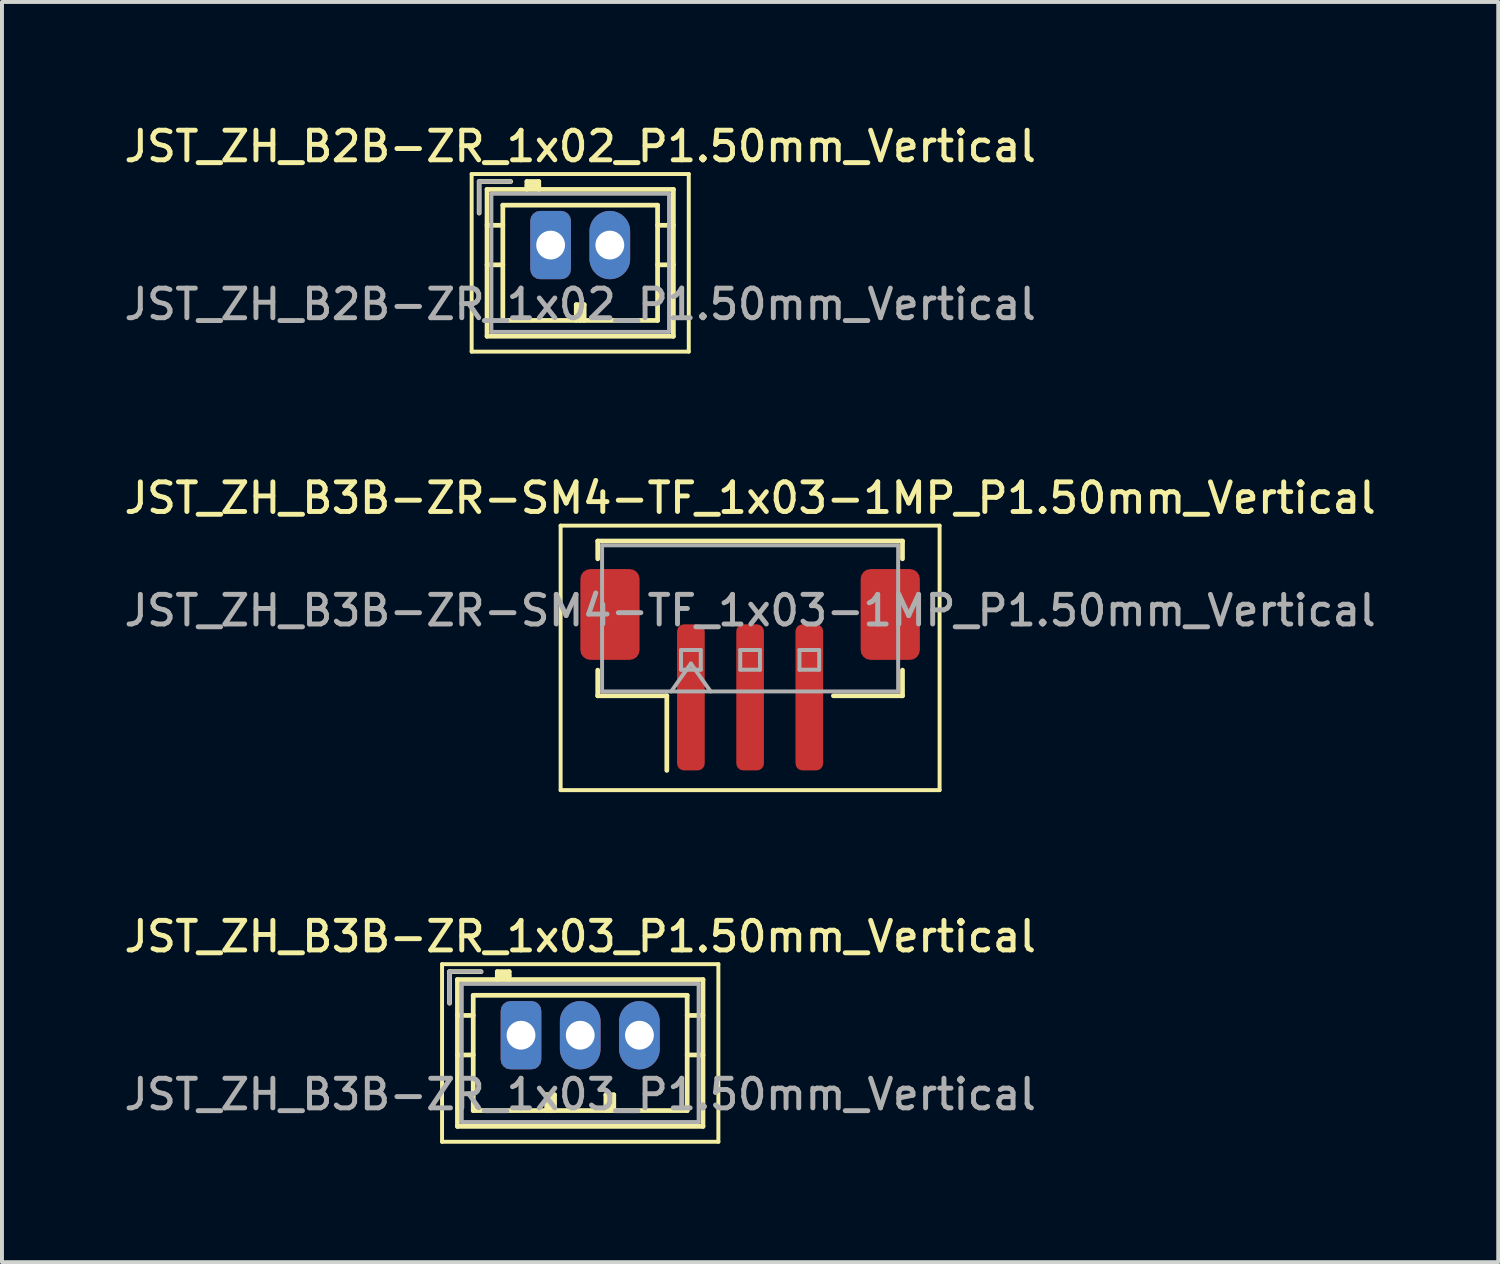
<source format=kicad_pcb>
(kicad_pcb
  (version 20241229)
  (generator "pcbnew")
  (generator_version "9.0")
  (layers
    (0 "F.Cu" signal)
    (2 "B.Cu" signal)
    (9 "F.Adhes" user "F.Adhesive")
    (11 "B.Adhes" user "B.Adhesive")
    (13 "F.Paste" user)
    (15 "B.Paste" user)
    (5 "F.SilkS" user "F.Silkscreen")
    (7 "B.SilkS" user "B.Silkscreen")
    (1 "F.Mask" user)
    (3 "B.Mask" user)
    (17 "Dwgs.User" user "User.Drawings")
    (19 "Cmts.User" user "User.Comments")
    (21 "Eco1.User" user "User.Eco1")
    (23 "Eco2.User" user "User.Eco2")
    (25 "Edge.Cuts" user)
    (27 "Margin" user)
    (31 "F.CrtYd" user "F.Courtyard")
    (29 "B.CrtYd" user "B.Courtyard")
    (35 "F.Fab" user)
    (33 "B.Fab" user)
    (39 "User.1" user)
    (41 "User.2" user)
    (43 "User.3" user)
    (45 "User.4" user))
  (footprint "JST_ZH_B3B-ZR-SM4-TF_1x03-1MP_P1.50mm_Vertical"
    (layer "F.Cu")
    (at 15.952 13.916)
    (property "Reference" "JST_ZH_B3B-ZR-SM4-TF_1x03-1MP_P1.50mm_Vertical" (at 0 -4.35 0) (layer "F.SilkS") (effects (font (size 0.75 0.75) (thickness 0.125))))
    (attr smd)
    (fp_line (start -4.8 -3.65) (end -4.8 3.05) (stroke (width 0.1) (type solid)) (layer "F.SilkS"))
    (fp_line (start -4.8 3.05) (end 4.8 3.05) (stroke (width 0.1) (type solid)) (layer "F.SilkS"))
    (fp_line (start -3.86 -3.26) (end 3.86 -3.26) (stroke (width 0.12) (type solid)) (layer "F.SilkS"))
    (fp_line (start -3.86 -2.81) (end -3.86 -3.26) (stroke (width 0.12) (type solid)) (layer "F.SilkS"))
    (fp_line (start -3.86 0.01) (end -3.86 0.66) (stroke (width 0.12) (type solid)) (layer "F.SilkS"))
    (fp_line (start -3.86 0.66) (end -2.11 0.66) (stroke (width 0.12) (type solid)) (layer "F.SilkS"))
    (fp_line (start -2.11 0.66) (end -2.11 2.55) (stroke (width 0.12) (type solid)) (layer "F.SilkS"))
    (fp_line (start 3.86 -3.26) (end 3.86 -2.81) (stroke (width 0.12) (type solid)) (layer "F.SilkS"))
    (fp_line (start 3.86 0.01) (end 3.86 0.66) (stroke (width 0.12) (type solid)) (layer "F.SilkS"))
    (fp_line (start 3.86 0.66) (end 2.11 0.66) (stroke (width 0.12) (type solid)) (layer "F.SilkS"))
    (fp_line (start 4.8 -3.65) (end -4.8 -3.65) (stroke (width 0.1) (type solid)) (layer "F.SilkS"))
    (fp_line (start 4.8 3.05) (end 4.8 -3.65) (stroke (width 0.1) (type solid)) (layer "F.SilkS"))
    (fp_line (start -3.75 -3.15) (end 3.75 -3.15) (stroke (width 0.1) (type solid)) (layer "F.Fab"))
    (fp_line (start -3.75 0.55) (end -3.75 -3.15) (stroke (width 0.1) (type solid)) (layer "F.Fab"))
    (fp_line (start -3.75 0.55) (end 3.75 0.55) (stroke (width 0.1) (type solid)) (layer "F.Fab"))
    (fp_line (start -2 0.55) (end -1.5 -0.157) (stroke (width 0.1) (type solid)) (layer "F.Fab"))
    (fp_line (start -1.75 -0.5) (end -1.75 0) (stroke (width 0.1) (type solid)) (layer "F.Fab"))
    (fp_line (start -1.75 0) (end -1.25 0) (stroke (width 0.1) (type solid)) (layer "F.Fab"))
    (fp_line (start -1.5 -0.157) (end -1 0.55) (stroke (width 0.1) (type solid)) (layer "F.Fab"))
    (fp_line (start -1.25 -0.5) (end -1.75 -0.5) (stroke (width 0.1) (type solid)) (layer "F.Fab"))
    (fp_line (start -1.25 0) (end -1.25 -0.5) (stroke (width 0.1) (type solid)) (layer "F.Fab"))
    (fp_line (start -0.25 -0.5) (end -0.25 0) (stroke (width 0.1) (type solid)) (layer "F.Fab"))
    (fp_line (start -0.25 0) (end 0.25 0) (stroke (width 0.1) (type solid)) (layer "F.Fab"))
    (fp_line (start 0.25 -0.5) (end -0.25 -0.5) (stroke (width 0.1) (type solid)) (layer "F.Fab"))
    (fp_line (start 0.25 0) (end 0.25 -0.5) (stroke (width 0.1) (type solid)) (layer "F.Fab"))
    (fp_line (start 1.25 -0.5) (end 1.25 0) (stroke (width 0.1) (type solid)) (layer "F.Fab"))
    (fp_line (start 1.25 0) (end 1.75 0) (stroke (width 0.1) (type solid)) (layer "F.Fab"))
    (fp_line (start 1.75 -0.5) (end 1.25 -0.5) (stroke (width 0.1) (type solid)) (layer "F.Fab"))
    (fp_line (start 1.75 0) (end 1.75 -0.5) (stroke (width 0.1) (type solid)) (layer "F.Fab"))
    (fp_line (start 3.75 0.55) (end 3.75 -3.15) (stroke (width 0.1) (type solid)) (layer "F.Fab"))
    (fp_text user "${REFERENCE}" (at 0 -1.5 0) (layer "F.Fab") (effects (font (size 0.75 0.75) (thickness 0.125))))
    (pad "1" smd roundrect (at -1.5 0.7) (size 0.7 3.7) (layers "F.Cu" "F.Mask" "F.Paste") (roundrect_rratio 0.25))
    (pad "2" smd roundrect (at 0 0.7) (size 0.7 3.7) (layers "F.Cu" "F.Mask" "F.Paste") (roundrect_rratio 0.25))
    (pad "3" smd roundrect (at 1.5 0.7) (size 0.7 3.7) (layers "F.Cu" "F.Mask" "F.Paste") (roundrect_rratio 0.25))
    (pad "MP" smd roundrect (at -3.55 -1.4) (size 1.5 2.3) (layers "F.Cu" "F.Mask" "F.Paste") (roundrect_rratio 0.167))
    (pad "MP" smd roundrect (at 3.55 -1.4) (size 1.5 2.3) (layers "F.Cu" "F.Mask" "F.Paste") (roundrect_rratio 0.167)))
  (footprint "JST_ZH_B3B-ZR_1x03_P1.50mm_Vertical"
    (layer "F.Cu")
    (at 10.148 23.174)
    (property "Reference" "JST_ZH_B3B-ZR_1x03_P1.50mm_Vertical" (at 1.5 -2.5 0) (layer "F.SilkS") (effects (font (size 0.75 0.75) (thickness 0.125))))
    (attr through_hole)
    (fp_line (start -2 -1.8) (end -2 2.7) (stroke (width 0.1) (type solid)) (layer "F.SilkS"))
    (fp_line (start -2 2.7) (end 5 2.7) (stroke (width 0.1) (type solid)) (layer "F.SilkS"))
    (fp_line (start -1.81 -1.61) (end -1.81 -0.81) (stroke (width 0.12) (type solid)) (layer "F.SilkS"))
    (fp_line (start -1.61 -1.41) (end -1.61 2.31) (stroke (width 0.12) (type solid)) (layer "F.SilkS"))
    (fp_line (start -1.61 -0.5) (end -1.21 -0.5) (stroke (width 0.12) (type solid)) (layer "F.SilkS"))
    (fp_line (start -1.61 0.5) (end -1.21 0.5) (stroke (width 0.12) (type solid)) (layer "F.SilkS"))
    (fp_line (start -1.61 2.31) (end 4.61 2.31) (stroke (width 0.12) (type solid)) (layer "F.SilkS"))
    (fp_line (start -1.21 -1.01) (end -1.21 1.91) (stroke (width 0.12) (type solid)) (layer "F.SilkS"))
    (fp_line (start -1.21 1.91) (end 4.21 1.91) (stroke (width 0.12) (type solid)) (layer "F.SilkS"))
    (fp_line (start -1.01 -1.61) (end -1.81 -1.61) (stroke (width 0.12) (type solid)) (layer "F.SilkS"))
    (fp_line (start -0.6 -1.61) (end -0.6 -1.41) (stroke (width 0.12) (type solid)) (layer "F.SilkS"))
    (fp_line (start -0.3 -1.61) (end -0.6 -1.61) (stroke (width 0.12) (type solid)) (layer "F.SilkS"))
    (fp_line (start -0.3 -1.51) (end -0.6 -1.51) (stroke (width 0.12) (type solid)) (layer "F.SilkS"))
    (fp_line (start -0.3 -1.41) (end -0.3 -1.61) (stroke (width 0.12) (type solid)) (layer "F.SilkS"))
    (fp_line (start 0.65 1.51) (end 0.85 1.51) (stroke (width 0.12) (type solid)) (layer "F.SilkS"))
    (fp_line (start 0.65 1.91) (end 0.65 1.51) (stroke (width 0.12) (type solid)) (layer "F.SilkS"))
    (fp_line (start 0.75 1.91) (end 0.75 1.51) (stroke (width 0.12) (type solid)) (layer "F.SilkS"))
    (fp_line (start 0.85 1.51) (end 0.85 1.91) (stroke (width 0.12) (type solid)) (layer "F.SilkS"))
    (fp_line (start 2.15 1.51) (end 2.35 1.51) (stroke (width 0.12) (type solid)) (layer "F.SilkS"))
    (fp_line (start 2.15 1.91) (end 2.15 1.51) (stroke (width 0.12) (type solid)) (layer "F.SilkS"))
    (fp_line (start 2.25 1.91) (end 2.25 1.51) (stroke (width 0.12) (type solid)) (layer "F.SilkS"))
    (fp_line (start 2.35 1.51) (end 2.35 1.91) (stroke (width 0.12) (type solid)) (layer "F.SilkS"))
    (fp_line (start 4.21 -1.01) (end -1.21 -1.01) (stroke (width 0.12) (type solid)) (layer "F.SilkS"))
    (fp_line (start 4.21 1.91) (end 4.21 -1.01) (stroke (width 0.12) (type solid)) (layer "F.SilkS"))
    (fp_line (start 4.61 -1.41) (end -1.61 -1.41) (stroke (width 0.12) (type solid)) (layer "F.SilkS"))
    (fp_line (start 4.61 -0.5) (end 4.21 -0.5) (stroke (width 0.12) (type solid)) (layer "F.SilkS"))
    (fp_line (start 4.61 0.5) (end 4.21 0.5) (stroke (width 0.12) (type solid)) (layer "F.SilkS"))
    (fp_line (start 4.61 2.31) (end 4.61 -1.41) (stroke (width 0.12) (type solid)) (layer "F.SilkS"))
    (fp_line (start 5 -1.8) (end -2 -1.8) (stroke (width 0.1) (type solid)) (layer "F.SilkS"))
    (fp_line (start 5 2.7) (end 5 -1.8) (stroke (width 0.1) (type solid)) (layer "F.SilkS"))
    (fp_line (start -1.81 -1.61) (end -1.81 -0.81) (stroke (width 0.1) (type solid)) (layer "F.Fab"))
    (fp_line (start -1.5 -1.3) (end -1.5 2.2) (stroke (width 0.1) (type solid)) (layer "F.Fab"))
    (fp_line (start -1.5 2.2) (end 4.5 2.2) (stroke (width 0.1) (type solid)) (layer "F.Fab"))
    (fp_line (start -1.01 -1.61) (end -1.81 -1.61) (stroke (width 0.1) (type solid)) (layer "F.Fab"))
    (fp_line (start 4.5 -1.3) (end -1.5 -1.3) (stroke (width 0.1) (type solid)) (layer "F.Fab"))
    (fp_line (start 4.5 2.2) (end 4.5 -1.3) (stroke (width 0.1) (type solid)) (layer "F.Fab"))
    (fp_text user "${REFERENCE}" (at 1.5 1.5 0) (layer "F.Fab") (effects (font (size 0.75 0.75) (thickness 0.125))))
    (pad "1" thru_hole roundrect (at 0 0) (size 1.03 1.73) (drill 0.73) (layers "*.Cu" "*.Mask") (roundrect_rratio 0.243))
    (pad "2" thru_hole oval (at 1.5 0) (size 1.03 1.73) (drill 0.73) (layers "*.Cu" "*.Mask"))
    (pad "3" thru_hole oval (at 3 0) (size 1.03 1.73) (drill 0.73) (layers "*.Cu" "*.Mask")))
  (footprint "JST_ZH_B2B-ZR_1x02_P1.50mm_Vertical"
    (layer "F.Cu")
    (at 10.898 3.158)
    (property "Reference" "JST_ZH_B2B-ZR_1x02_P1.50mm_Vertical" (at 0.75 -2.5 0) (layer "F.SilkS") (effects (font (size 0.75 0.75) (thickness 0.125))))
    (attr through_hole)
    (fp_line (start -2 -1.8) (end -2 2.7) (stroke (width 0.1) (type solid)) (layer "F.SilkS"))
    (fp_line (start -2 2.7) (end 3.5 2.7) (stroke (width 0.1) (type solid)) (layer "F.SilkS"))
    (fp_line (start -1.81 -1.61) (end -1.81 -0.81) (stroke (width 0.12) (type solid)) (layer "F.SilkS"))
    (fp_line (start -1.61 -1.41) (end -1.61 2.31) (stroke (width 0.12) (type solid)) (layer "F.SilkS"))
    (fp_line (start -1.61 -0.5) (end -1.21 -0.5) (stroke (width 0.12) (type solid)) (layer "F.SilkS"))
    (fp_line (start -1.61 0.5) (end -1.21 0.5) (stroke (width 0.12) (type solid)) (layer "F.SilkS"))
    (fp_line (start -1.61 2.31) (end 3.11 2.31) (stroke (width 0.12) (type solid)) (layer "F.SilkS"))
    (fp_line (start -1.21 -1.01) (end -1.21 1.91) (stroke (width 0.12) (type solid)) (layer "F.SilkS"))
    (fp_line (start -1.21 1.91) (end 2.71 1.91) (stroke (width 0.12) (type solid)) (layer "F.SilkS"))
    (fp_line (start -1.01 -1.61) (end -1.81 -1.61) (stroke (width 0.12) (type solid)) (layer "F.SilkS"))
    (fp_line (start -0.6 -1.61) (end -0.6 -1.41) (stroke (width 0.12) (type solid)) (layer "F.SilkS"))
    (fp_line (start -0.3 -1.61) (end -0.6 -1.61) (stroke (width 0.12) (type solid)) (layer "F.SilkS"))
    (fp_line (start -0.3 -1.51) (end -0.6 -1.51) (stroke (width 0.12) (type solid)) (layer "F.SilkS"))
    (fp_line (start -0.3 -1.41) (end -0.3 -1.61) (stroke (width 0.12) (type solid)) (layer "F.SilkS"))
    (fp_line (start 0.65 1.51) (end 0.85 1.51) (stroke (width 0.12) (type solid)) (layer "F.SilkS"))
    (fp_line (start 0.65 1.91) (end 0.65 1.51) (stroke (width 0.12) (type solid)) (layer "F.SilkS"))
    (fp_line (start 0.75 1.91) (end 0.75 1.51) (stroke (width 0.12) (type solid)) (layer "F.SilkS"))
    (fp_line (start 0.85 1.51) (end 0.85 1.91) (stroke (width 0.12) (type solid)) (layer "F.SilkS"))
    (fp_line (start 2.71 -1.01) (end -1.21 -1.01) (stroke (width 0.12) (type solid)) (layer "F.SilkS"))
    (fp_line (start 2.71 1.91) (end 2.71 -1.01) (stroke (width 0.12) (type solid)) (layer "F.SilkS"))
    (fp_line (start 3.11 -1.41) (end -1.61 -1.41) (stroke (width 0.12) (type solid)) (layer "F.SilkS"))
    (fp_line (start 3.11 -0.5) (end 2.71 -0.5) (stroke (width 0.12) (type solid)) (layer "F.SilkS"))
    (fp_line (start 3.11 0.5) (end 2.71 0.5) (stroke (width 0.12) (type solid)) (layer "F.SilkS"))
    (fp_line (start 3.11 2.31) (end 3.11 -1.41) (stroke (width 0.12) (type solid)) (layer "F.SilkS"))
    (fp_line (start 3.5 -1.8) (end -2 -1.8) (stroke (width 0.1) (type solid)) (layer "F.SilkS"))
    (fp_line (start 3.5 2.7) (end 3.5 -1.8) (stroke (width 0.1) (type solid)) (layer "F.SilkS"))
    (fp_line (start -1.81 -1.61) (end -1.81 -0.81) (stroke (width 0.1) (type solid)) (layer "F.Fab"))
    (fp_line (start -1.5 -1.3) (end -1.5 2.2) (stroke (width 0.1) (type solid)) (layer "F.Fab"))
    (fp_line (start -1.5 2.2) (end 3 2.2) (stroke (width 0.1) (type solid)) (layer "F.Fab"))
    (fp_line (start -1.01 -1.61) (end -1.81 -1.61) (stroke (width 0.1) (type solid)) (layer "F.Fab"))
    (fp_line (start 3 -1.3) (end -1.5 -1.3) (stroke (width 0.1) (type solid)) (layer "F.Fab"))
    (fp_line (start 3 2.2) (end 3 -1.3) (stroke (width 0.1) (type solid)) (layer "F.Fab"))
    (fp_text user "${REFERENCE}" (at 0.75 1.5 0) (layer "F.Fab") (effects (font (size 0.75 0.75) (thickness 0.125))))
    (pad "1" thru_hole roundrect (at 0 0) (size 1.03 1.73) (drill 0.73) (layers "*.Cu" "*.Mask") (roundrect_rratio 0.243))
    (pad "2" thru_hole oval (at 1.5 0) (size 1.03 1.73) (drill 0.73) (layers "*.Cu" "*.Mask")))
  (gr_rect
    (start -3 -3)
    (end 34.904 28.924)
    (stroke (width 0.1) (type default))
    (fill no)
    (layer "Edge.Cuts")))
</source>
